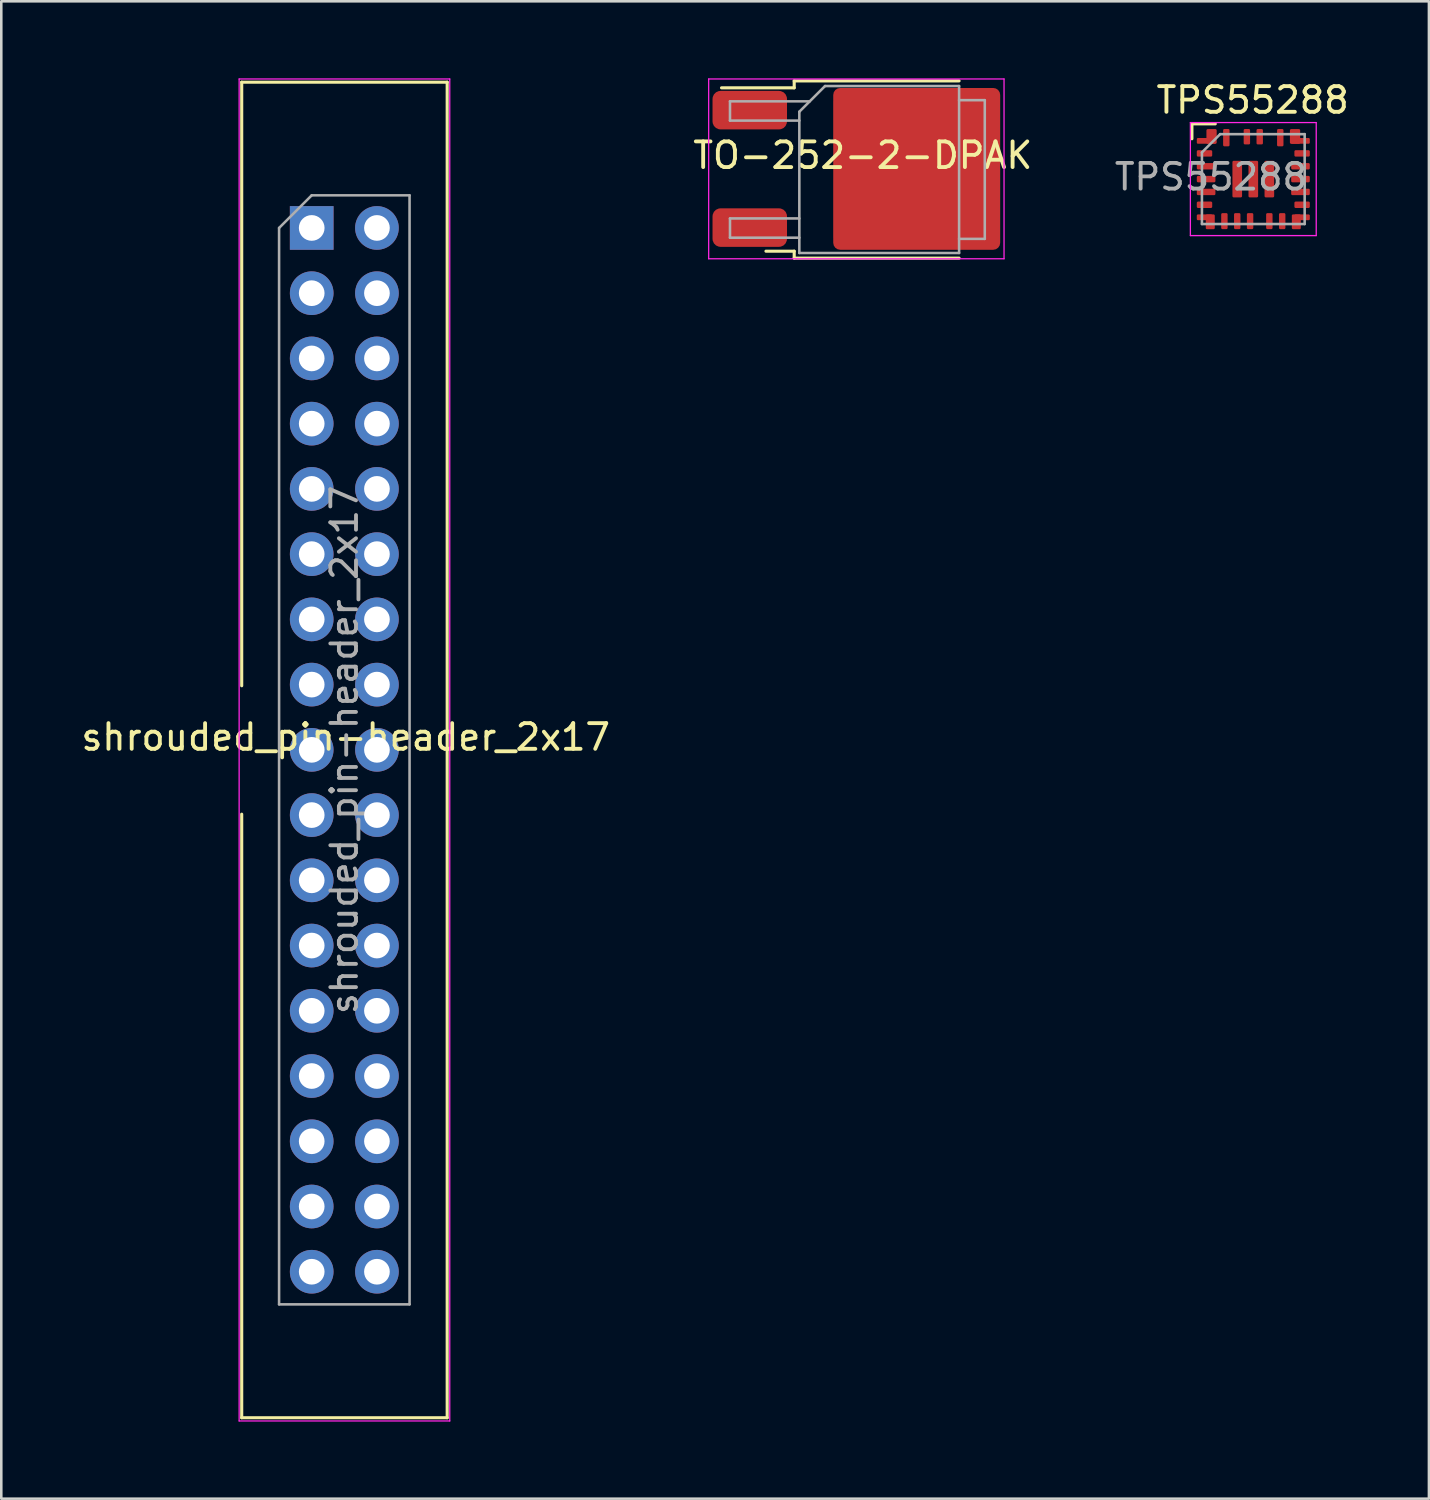
<source format=kicad_pcb>
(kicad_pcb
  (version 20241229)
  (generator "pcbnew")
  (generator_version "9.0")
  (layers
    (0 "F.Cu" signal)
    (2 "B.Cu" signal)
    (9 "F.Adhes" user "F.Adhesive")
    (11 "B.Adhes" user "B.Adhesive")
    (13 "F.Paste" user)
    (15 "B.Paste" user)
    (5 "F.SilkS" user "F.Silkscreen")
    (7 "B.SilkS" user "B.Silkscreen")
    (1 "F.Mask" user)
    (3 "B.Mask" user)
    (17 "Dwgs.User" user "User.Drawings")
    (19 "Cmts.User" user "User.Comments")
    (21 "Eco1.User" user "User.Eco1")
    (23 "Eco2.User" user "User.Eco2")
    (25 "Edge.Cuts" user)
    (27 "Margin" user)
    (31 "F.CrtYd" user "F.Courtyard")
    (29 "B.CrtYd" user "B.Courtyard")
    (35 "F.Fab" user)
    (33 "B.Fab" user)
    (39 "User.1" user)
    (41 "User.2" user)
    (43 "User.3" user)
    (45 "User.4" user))
  (footprint "TPS55288"
    (layer "F.Cu")
    (at 45.747 3.923)
    (property "Reference" "TPS55288" (at -0.025 -3.075 0) (unlocked yes) (layer "F.SilkS") (effects (font (size 1 1) (thickness 0.15))))
    (attr smd)
    (fp_line (start -2.39 -2.15) (end -1.48 -2.15) (stroke (width 0.12) (type default)) (layer "F.SilkS"))
    (fp_line (start -2.39 -1.57) (end -2.39 -2.15) (stroke (width 0.12) (type default)) (layer "F.SilkS"))
    (fp_line (start -2.45 -2.2) (end -2.45 2.2) (stroke (width 0.05) (type default)) (layer "F.CrtYd"))
    (fp_line (start -2.45 -2.2) (end 2.45 -2.2) (stroke (width 0.05) (type default)) (layer "F.CrtYd"))
    (fp_line (start -2.45 2.2) (end 2.45 2.2) (stroke (width 0.05) (type default)) (layer "F.CrtYd"))
    (fp_line (start 2.45 -2.2) (end 2.45 2.2) (stroke (width 0.05) (type default)) (layer "F.CrtYd"))
    (fp_line (start -2 -1.04) (end -1.29 -1.75) (stroke (width 0.1) (type default)) (layer "F.Fab"))
    (fp_line (start -2 1.75) (end -2 -1.04) (stroke (width 0.1) (type default)) (layer "F.Fab"))
    (fp_line (start -1.29 -1.75) (end 2 -1.75) (stroke (width 0.1) (type default)) (layer "F.Fab"))
    (fp_line (start 2 -1.75) (end 2 1.75) (stroke (width 0.1) (type default)) (layer "F.Fab"))
    (fp_line (start 2 1.75) (end -2 1.75) (stroke (width 0.1) (type default)) (layer "F.Fab"))
    (fp_text user "${REFERENCE}" (at -5.485 0.5 0) (unlocked yes) (layer "F.Fab") (effects (font (size 1 1) (thickness 0.15)) (justify left bottom)))
    (pad "1" smd roundrect (at -1.837 -1.488 90) (size 0.225 0.725) (layers "F.Cu" "F.Mask" "F.Paste") (roundrect_rratio 0.2))
    (pad "1" smd roundrect (at -1.625 -1.66) (size 0.4 0.575) (layers "F.Cu" "F.Mask" "F.Paste") (roundrect_rratio 0.133))
    (pad "2" smd roundrect (at -1.9 -1 90) (size 0.25 0.6) (layers "F.Cu" "F.Mask" "F.Paste") (roundrect_rratio 0.2))
    (pad "3" smd roundrect (at -1.837 -0.5 90) (size 0.25 0.725) (layers "F.Cu" "F.Mask" "F.Paste") (roundrect_rratio 0.2))
    (pad "4" smd roundrect (at -1.837 0 90) (size 0.25 0.725) (layers "F.Cu" "F.Mask" "F.Paste") (roundrect_rratio 0.2))
    (pad "5" smd roundrect (at -1.837 0.5 90) (size 0.25 0.725) (layers "F.Cu" "F.Mask" "F.Paste") (roundrect_rratio 0.2))
    (pad "6" smd roundrect (at -1.9 1 90) (size 0.25 0.6) (layers "F.Cu" "F.Mask" "F.Paste") (roundrect_rratio 0.2))
    (pad "7" smd roundrect (at -1.9 1.488 90) (size 0.225 0.6) (layers "F.Cu" "F.Mask" "F.Paste") (roundrect_rratio 0.2))
    (pad "7" smd roundrect (at -1.675 1.663) (size 0.35 0.575) (layers "F.Cu" "F.Mask" "F.Paste") (roundrect_rratio 0.133))
    (pad "8" smd roundrect (at -1.125 1.637) (size 0.25 0.625) (layers "F.Cu" "F.Mask" "F.Paste") (roundrect_rratio 0.2))
    (pad "9" smd roundrect (at -0.625 1.637) (size 0.25 0.625) (layers "F.Cu" "F.Mask" "F.Paste") (roundrect_rratio 0.2))
    (pad "10" smd roundrect (at -0.125 1.637) (size 0.25 0.625) (layers "F.Cu" "F.Mask" "F.Paste") (roundrect_rratio 0.2))
    (pad "11" smd roundrect (at 0.625 1.637) (size 0.25 0.625) (layers "F.Cu" "F.Mask" "F.Paste") (roundrect_rratio 0.2))
    (pad "12" smd roundrect (at 1.125 1.637) (size 0.25 0.625) (layers "F.Cu" "F.Mask" "F.Paste") (roundrect_rratio 0.2))
    (pad "13" smd roundrect (at 1.675 1.663) (size 0.35 0.575) (layers "F.Cu" "F.Mask" "F.Paste") (roundrect_rratio 0.133))
    (pad "13" smd roundrect (at 1.9 1.488 90) (size 0.225 0.6) (layers "F.Cu" "F.Mask" "F.Paste") (roundrect_rratio 0.2))
    (pad "14" smd roundrect (at 1.9 1 90) (size 0.25 0.6) (layers "F.Cu" "F.Mask" "F.Paste") (roundrect_rratio 0.2))
    (pad "15" smd roundrect (at 1.837 0.5 90) (size 0.25 0.725) (layers "F.Cu" "F.Mask" "F.Paste") (roundrect_rratio 0.2))
    (pad "16" smd roundrect (at 1.837 0 90) (size 0.25 0.725) (layers "F.Cu" "F.Mask" "F.Paste") (roundrect_rratio 0.2))
    (pad "17" smd roundrect (at 1.837 -0.5 90) (size 0.25 0.725) (layers "F.Cu" "F.Mask" "F.Paste") (roundrect_rratio 0.2))
    (pad "18" smd roundrect (at 1.9 -1 90) (size 0.25 0.6) (layers "F.Cu" "F.Mask" "F.Paste") (roundrect_rratio 0.2))
    (pad "19" smd roundrect (at 1.625 -1.66) (size 0.4 0.575) (layers "F.Cu" "F.Mask" "F.Paste") (roundrect_rratio 0.133))
    (pad "19" smd roundrect (at 1.837 -1.488 90) (size 0.225 0.725) (layers "F.Cu" "F.Mask" "F.Paste") (roundrect_rratio 0.2))
    (pad "20" smd roundrect (at 1.05 -1.613) (size 0.25 0.675) (layers "F.Cu" "F.Mask" "F.Paste") (roundrect_rratio 0.2))
    (pad "21" smd roundrect (at 0.25 -1.65) (size 0.25 0.6) (layers "F.Cu" "F.Mask" "F.Paste") (roundrect_rratio 0.2))
    (pad "22" smd roundrect (at -0.25 -1.65) (size 0.25 0.6) (layers "F.Cu" "F.Mask" "F.Paste") (roundrect_rratio 0.2))
    (pad "23" smd roundrect (at -1.05 -1.613) (size 0.25 0.675) (layers "F.Cu" "F.Mask" "F.Paste") (roundrect_rratio 0.2))
    (pad "24" smd roundrect (at -0.625 0) (size 0.375 1.425) (layers "F.Cu" "F.Mask" "F.Paste") (roundrect_rratio 0.133))
    (pad "25" smd roundrect (at 0 0) (size 0.375 1.425) (layers "F.Cu" "F.Mask" "F.Paste") (roundrect_rratio 0.133))
    (pad "26" smd roundrect (at 0.625 0) (size 0.375 1.425) (layers "F.Cu" "F.Mask" "F.Paste") (roundrect_rratio 0.133)))
  (footprint "TO-252-2-DPAK"
    (layer "F.Cu")
    (at 29.717 3.525)
    (property "Reference" "TO-252-2-DPAK" (at 0.825 -0.525 0) (unlocked yes) (layer "F.SilkS") (effects (font (size 1 1) (thickness 0.15))))
    (attr smd)
    (fp_line (start -1.845 -3.425) (end -1.845 -3.155) (stroke (width 0.12) (type solid)) (layer "F.SilkS"))
    (fp_line (start -1.845 -3.155) (end -4.675 -3.155) (stroke (width 0.12) (type solid)) (layer "F.SilkS"))
    (fp_line (start -1.845 3.205) (end -2.945 3.205) (stroke (width 0.12) (type solid)) (layer "F.SilkS"))
    (fp_line (start -1.845 3.475) (end -1.845 3.205) (stroke (width 0.12) (type solid)) (layer "F.SilkS"))
    (fp_line (start 4.575 -3.425) (end -1.845 -3.425) (stroke (width 0.12) (type solid)) (layer "F.SilkS"))
    (fp_line (start 4.575 3.475) (end -1.845 3.475) (stroke (width 0.12) (type solid)) (layer "F.SilkS"))
    (fp_line (start -5.175 -3.5) (end -5.175 3.5) (stroke (width 0.05) (type solid)) (layer "F.CrtYd"))
    (fp_line (start -5.175 3.5) (end 6.325 3.5) (stroke (width 0.05) (type solid)) (layer "F.CrtYd"))
    (fp_line (start 6.325 -3.5) (end -5.175 -3.5) (stroke (width 0.05) (type solid)) (layer "F.CrtYd"))
    (fp_line (start 6.325 3.5) (end 6.325 -3.5) (stroke (width 0.05) (type solid)) (layer "F.CrtYd"))
    (fp_line (start -4.345 -2.63) (end -4.345 -1.88) (stroke (width 0.1) (type solid)) (layer "F.Fab"))
    (fp_line (start -4.345 -1.88) (end -1.645 -1.88) (stroke (width 0.1) (type solid)) (layer "F.Fab"))
    (fp_line (start -4.345 1.93) (end -4.345 2.68) (stroke (width 0.1) (type solid)) (layer "F.Fab"))
    (fp_line (start -4.345 2.68) (end -1.645 2.68) (stroke (width 0.1) (type solid)) (layer "F.Fab"))
    (fp_line (start -1.645 -2.225) (end -0.645 -3.225) (stroke (width 0.1) (type solid)) (layer "F.Fab"))
    (fp_line (start -1.645 1.93) (end -4.345 1.93) (stroke (width 0.1) (type solid)) (layer "F.Fab"))
    (fp_line (start -1.645 3.275) (end -1.645 -2.225) (stroke (width 0.1) (type solid)) (layer "F.Fab"))
    (fp_line (start -1.24 -2.63) (end -4.345 -2.63) (stroke (width 0.1) (type solid)) (layer "F.Fab"))
    (fp_line (start -0.645 -3.225) (end 4.575 -3.225) (stroke (width 0.1) (type solid)) (layer "F.Fab"))
    (fp_line (start 4.575 -3.225) (end 4.575 3.275) (stroke (width 0.1) (type solid)) (layer "F.Fab"))
    (fp_line (start 4.575 -2.675) (end 5.575 -2.675) (stroke (width 0.1) (type solid)) (layer "F.Fab"))
    (fp_line (start 4.575 3.275) (end -1.645 3.275) (stroke (width 0.1) (type solid)) (layer "F.Fab"))
    (fp_line (start 5.575 -2.675) (end 5.575 2.725) (stroke (width 0.1) (type solid)) (layer "F.Fab"))
    (fp_line (start 5.575 2.725) (end 4.575 2.725) (stroke (width 0.1) (type solid)) (layer "F.Fab"))
    (pad "1" smd roundrect (at -3.575 -2.286) (size 2.9 1.5) (layers "F.Cu" "F.Mask" "F.Paste") (roundrect_rratio 0.208))
    (pad "2" smd roundrect (at 1.225 -1.5) (size 3.05 2.75) (layers "F.Cu" "F.Paste") (roundrect_rratio 0.091))
    (pad "2" smd roundrect (at 1.225 1.55) (size 3.05 2.75) (layers "F.Cu" "F.Paste") (roundrect_rratio 0.091))
    (pad "2" smd roundrect (at 2.925 0) (size 6.5 6.3) (layers "F.Cu" "F.Mask") (roundrect_rratio 0.043))
    (pad "2" smd roundrect (at 4.575 -1.5) (size 3.05 2.75) (layers "F.Cu" "F.Paste") (roundrect_rratio 0.091))
    (pad "2" smd roundrect (at 4.575 1.55) (size 3.05 2.75) (layers "F.Cu" "F.Paste") (roundrect_rratio 0.091))
    (pad "3" smd roundrect (at -3.575 2.286) (size 2.9 1.5) (layers "F.Cu" "F.Mask" "F.Paste") (roundrect_rratio 0.208)))
  (footprint "shrouded_pin-header_2x17"
    (layer "F.Cu")
    (at 10.361 26.15)
    (property "Reference" "shrouded_pin-header_2x17" (at 0.05 -0.5 0) (unlocked yes) (layer "F.SilkS") (effects (font (size 1 1) (thickness 0.15))))
    (attr through_hole)
    (fp_line (start -4 -26) (end 4 -26) (stroke (width 0.12) (type solid)) (layer "F.SilkS"))
    (fp_line (start -4 -2.5) (end -4 -26) (stroke (width 0.12) (type solid)) (layer "F.SilkS"))
    (fp_line (start -4 2.5) (end -4 26) (stroke (width 0.12) (type solid)) (layer "F.SilkS"))
    (fp_line (start -4 26) (end 4 26) (stroke (width 0.12) (type solid)) (layer "F.SilkS"))
    (fp_line (start 4 -26) (end 4 26) (stroke (width 0.12) (type solid)) (layer "F.SilkS"))
    (fp_line (start -4.1 -26.125) (end -4.1 26.125) (stroke (width 0.05) (type solid)) (layer "F.CrtYd"))
    (fp_line (start -4.1 26.125) (end 4.1 26.125) (stroke (width 0.05) (type solid)) (layer "F.CrtYd"))
    (fp_line (start 4.1 -26.125) (end -4.1 -26.125) (stroke (width 0.05) (type solid)) (layer "F.CrtYd"))
    (fp_line (start 4.1 26.125) (end 4.1 -26.125) (stroke (width 0.05) (type solid)) (layer "F.CrtYd"))
    (fp_line (start -2.545 -20.325) (end -1.275 -21.595) (stroke (width 0.1) (type solid)) (layer "F.Fab"))
    (fp_line (start -2.545 21.585) (end -2.545 -20.325) (stroke (width 0.1) (type solid)) (layer "F.Fab"))
    (fp_line (start -1.275 -21.595) (end 2.535 -21.595) (stroke (width 0.1) (type solid)) (layer "F.Fab"))
    (fp_line (start 2.535 -21.595) (end 2.535 21.585) (stroke (width 0.1) (type solid)) (layer "F.Fab"))
    (fp_line (start 2.535 21.585) (end -2.545 21.585) (stroke (width 0.1) (type solid)) (layer "F.Fab"))
    (fp_text user "${REFERENCE}" (at -0.005 -0.005 90) (layer "F.Fab") (effects (font (size 1 1) (thickness 0.15))))
    (pad "1" thru_hole rect (at -1.275 -20.325) (size 1.7 1.7) (drill 1) (layers "*.Cu" "*.Mask"))
    (pad "2" thru_hole oval (at 1.265 -20.325) (size 1.7 1.7) (drill 1) (layers "*.Cu" "*.Mask"))
    (pad "3" thru_hole oval (at -1.275 -17.785) (size 1.7 1.7) (drill 1) (layers "*.Cu" "*.Mask"))
    (pad "4" thru_hole oval (at 1.265 -17.785) (size 1.7 1.7) (drill 1) (layers "*.Cu" "*.Mask"))
    (pad "5" thru_hole oval (at -1.275 -15.245) (size 1.7 1.7) (drill 1) (layers "*.Cu" "*.Mask"))
    (pad "6" thru_hole oval (at 1.265 -15.245) (size 1.7 1.7) (drill 1) (layers "*.Cu" "*.Mask"))
    (pad "7" thru_hole oval (at -1.275 -12.705) (size 1.7 1.7) (drill 1) (layers "*.Cu" "*.Mask"))
    (pad "8" thru_hole oval (at 1.265 -12.705) (size 1.7 1.7) (drill 1) (layers "*.Cu" "*.Mask"))
    (pad "9" thru_hole oval (at -1.275 -10.165) (size 1.7 1.7) (drill 1) (layers "*.Cu" "*.Mask"))
    (pad "10" thru_hole oval (at 1.265 -10.165) (size 1.7 1.7) (drill 1) (layers "*.Cu" "*.Mask"))
    (pad "11" thru_hole oval (at -1.275 -7.625) (size 1.7 1.7) (drill 1) (layers "*.Cu" "*.Mask"))
    (pad "12" thru_hole oval (at 1.265 -7.625) (size 1.7 1.7) (drill 1) (layers "*.Cu" "*.Mask"))
    (pad "13" thru_hole oval (at -1.275 -5.085) (size 1.7 1.7) (drill 1) (layers "*.Cu" "*.Mask"))
    (pad "14" thru_hole oval (at 1.265 -5.085) (size 1.7 1.7) (drill 1) (layers "*.Cu" "*.Mask"))
    (pad "15" thru_hole oval (at -1.275 -2.545) (size 1.7 1.7) (drill 1) (layers "*.Cu" "*.Mask"))
    (pad "16" thru_hole oval (at 1.265 -2.545) (size 1.7 1.7) (drill 1) (layers "*.Cu" "*.Mask"))
    (pad "17" thru_hole oval (at -1.275 -0.005) (size 1.7 1.7) (drill 1) (layers "*.Cu" "*.Mask"))
    (pad "18" thru_hole oval (at 1.265 -0.005) (size 1.7 1.7) (drill 1) (layers "*.Cu" "*.Mask"))
    (pad "19" thru_hole oval (at -1.275 2.535) (size 1.7 1.7) (drill 1) (layers "*.Cu" "*.Mask"))
    (pad "20" thru_hole oval (at 1.265 2.535) (size 1.7 1.7) (drill 1) (layers "*.Cu" "*.Mask"))
    (pad "21" thru_hole oval (at -1.275 5.075) (size 1.7 1.7) (drill 1) (layers "*.Cu" "*.Mask"))
    (pad "22" thru_hole oval (at 1.265 5.075) (size 1.7 1.7) (drill 1) (layers "*.Cu" "*.Mask"))
    (pad "23" thru_hole oval (at -1.275 7.615) (size 1.7 1.7) (drill 1) (layers "*.Cu" "*.Mask"))
    (pad "24" thru_hole oval (at 1.265 7.615) (size 1.7 1.7) (drill 1) (layers "*.Cu" "*.Mask"))
    (pad "25" thru_hole oval (at -1.275 10.155) (size 1.7 1.7) (drill 1) (layers "*.Cu" "*.Mask"))
    (pad "26" thru_hole oval (at 1.265 10.155) (size 1.7 1.7) (drill 1) (layers "*.Cu" "*.Mask"))
    (pad "27" thru_hole oval (at -1.275 12.695) (size 1.7 1.7) (drill 1) (layers "*.Cu" "*.Mask"))
    (pad "28" thru_hole oval (at 1.265 12.695) (size 1.7 1.7) (drill 1) (layers "*.Cu" "*.Mask"))
    (pad "29" thru_hole oval (at -1.275 15.235) (size 1.7 1.7) (drill 1) (layers "*.Cu" "*.Mask"))
    (pad "30" thru_hole oval (at 1.265 15.235) (size 1.7 1.7) (drill 1) (layers "*.Cu" "*.Mask"))
    (pad "31" thru_hole oval (at -1.275 17.775) (size 1.7 1.7) (drill 1) (layers "*.Cu" "*.Mask"))
    (pad "32" thru_hole oval (at 1.265 17.775) (size 1.7 1.7) (drill 1) (layers "*.Cu" "*.Mask"))
    (pad "33" thru_hole oval (at -1.275 20.315) (size 1.7 1.7) (drill 1) (layers "*.Cu" "*.Mask"))
    (pad "34" thru_hole oval (at 1.265 20.315) (size 1.7 1.7) (drill 1) (layers "*.Cu" "*.Mask")))
  (gr_rect
    (start -3 -3)
    (end 52.585 55.3)
    (stroke (width 0.1) (type default))
    (fill no)
    (layer "Edge.Cuts")))
</source>
